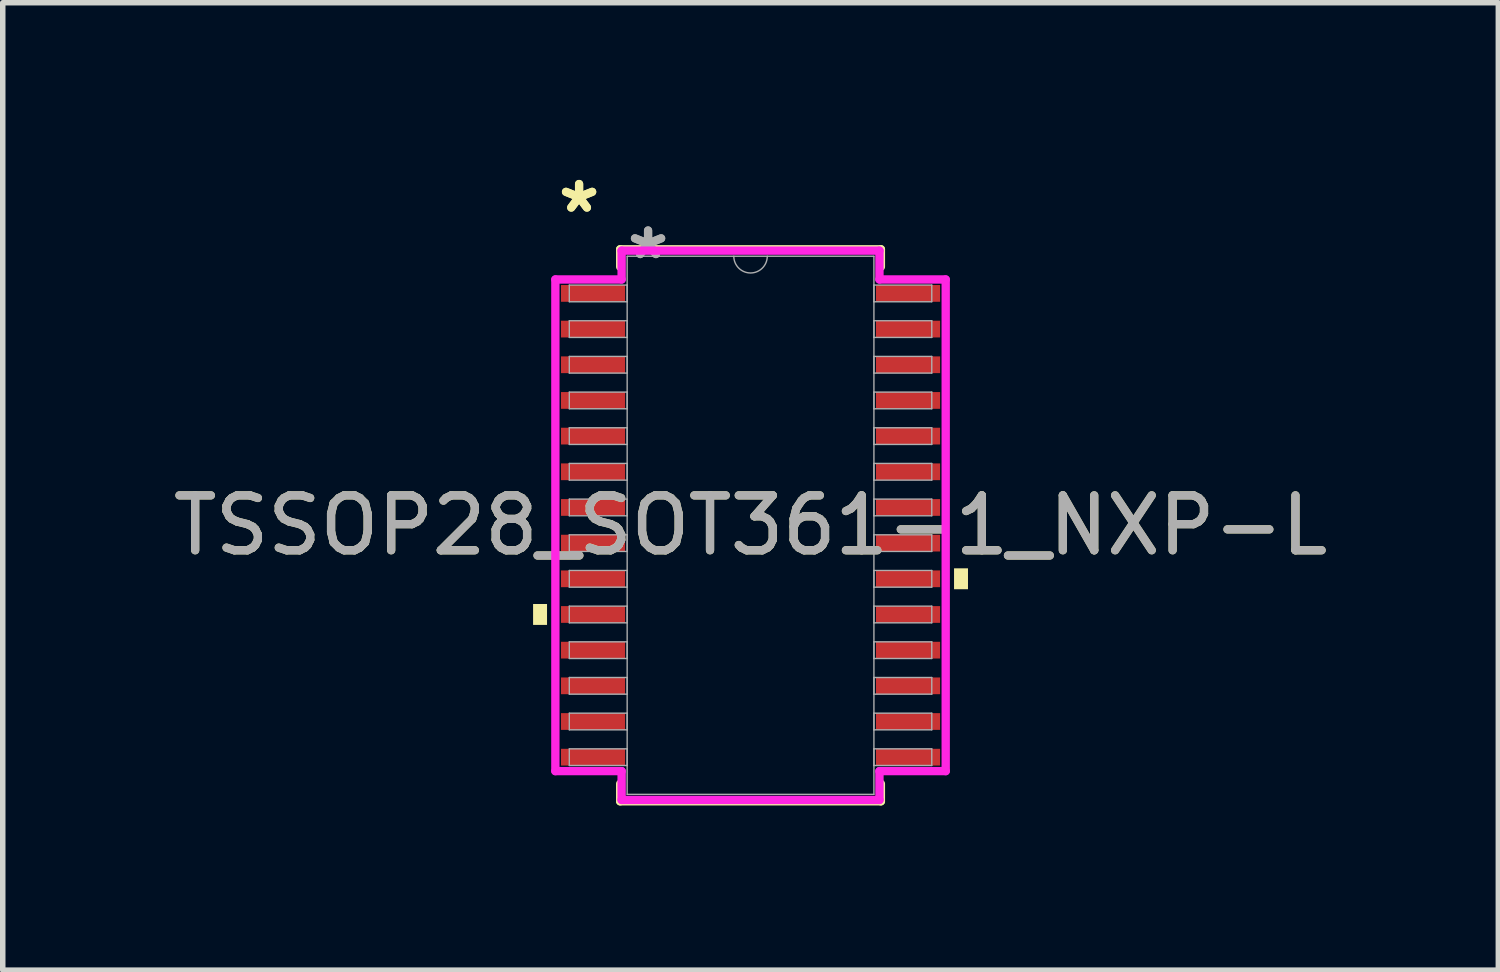
<source format=kicad_pcb>
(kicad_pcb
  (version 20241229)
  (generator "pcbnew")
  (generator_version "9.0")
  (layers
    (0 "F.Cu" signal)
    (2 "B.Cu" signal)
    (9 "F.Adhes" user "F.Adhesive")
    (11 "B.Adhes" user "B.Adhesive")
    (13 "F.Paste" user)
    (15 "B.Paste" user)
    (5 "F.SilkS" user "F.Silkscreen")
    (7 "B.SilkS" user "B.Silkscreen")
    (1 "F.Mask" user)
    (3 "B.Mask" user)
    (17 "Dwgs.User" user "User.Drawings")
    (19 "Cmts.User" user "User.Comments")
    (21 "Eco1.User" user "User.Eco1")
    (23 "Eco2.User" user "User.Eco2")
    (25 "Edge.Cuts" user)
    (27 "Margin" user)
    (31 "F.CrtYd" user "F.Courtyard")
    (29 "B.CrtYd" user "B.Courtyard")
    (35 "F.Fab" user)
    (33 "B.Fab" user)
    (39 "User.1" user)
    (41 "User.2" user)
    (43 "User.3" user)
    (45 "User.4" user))
  (footprint "TSSOP28_SOT361-1_NXP-L"
    (layer "F.Cu")
    (at 10.625 6.521)
    (property "Reference" "TSSOP28_SOT361-1_NXP-L" (at 0 0 0) (unlocked yes) (layer "F.SilkS") (effects (font (size 1 1) (thickness 0.15))))
    (attr smd)
    (fp_line (start -2.375 -5.029) (end -2.375 -4.71) (stroke (width 0.152) (type solid)) (layer "F.SilkS"))
    (fp_line (start -2.375 4.71) (end -2.375 5.029) (stroke (width 0.152) (type solid)) (layer "F.SilkS"))
    (fp_line (start -2.375 5.029) (end 2.375 5.029) (stroke (width 0.152) (type solid)) (layer "F.SilkS"))
    (fp_line (start 2.375 -5.029) (end -2.375 -5.029) (stroke (width 0.152) (type solid)) (layer "F.SilkS"))
    (fp_line (start 2.375 -4.71) (end 2.375 -5.029) (stroke (width 0.152) (type solid)) (layer "F.SilkS"))
    (fp_line (start 2.375 5.029) (end 2.375 4.71) (stroke (width 0.152) (type solid)) (layer "F.SilkS"))
    (fp_poly (pts (xy -3.962 1.434) (xy -3.962 1.815) (xy -3.708 1.815) (xy -3.708 1.434)) (stroke (width 0) (type solid)) (fill yes) (layer "F.SilkS"))
    (fp_poly (pts (xy 3.962 0.784) (xy 3.962 1.165) (xy 3.708 1.165) (xy 3.708 0.784)) (stroke (width 0) (type solid)) (fill yes) (layer "F.SilkS"))
    (fp_line (start -3.556 -4.479) (end -2.349 -4.479) (stroke (width 0.152) (type solid)) (layer "F.CrtYd"))
    (fp_line (start -3.556 4.479) (end -3.556 -4.479) (stroke (width 0.152) (type solid)) (layer "F.CrtYd"))
    (fp_line (start -3.556 4.479) (end -2.349 4.479) (stroke (width 0.152) (type solid)) (layer "F.CrtYd"))
    (fp_line (start -2.349 -5.004) (end 2.349 -5.004) (stroke (width 0.152) (type solid)) (layer "F.CrtYd"))
    (fp_line (start -2.349 -4.479) (end -2.349 -5.004) (stroke (width 0.152) (type solid)) (layer "F.CrtYd"))
    (fp_line (start -2.349 5.004) (end -2.349 4.479) (stroke (width 0.152) (type solid)) (layer "F.CrtYd"))
    (fp_line (start 2.349 -5.004) (end 2.349 -4.479) (stroke (width 0.152) (type solid)) (layer "F.CrtYd"))
    (fp_line (start 2.349 4.479) (end 2.349 5.004) (stroke (width 0.152) (type solid)) (layer "F.CrtYd"))
    (fp_line (start 2.349 5.004) (end -2.349 5.004) (stroke (width 0.152) (type solid)) (layer "F.CrtYd"))
    (fp_line (start 3.556 -4.479) (end 2.349 -4.479) (stroke (width 0.152) (type solid)) (layer "F.CrtYd"))
    (fp_line (start 3.556 -4.479) (end 3.556 4.479) (stroke (width 0.152) (type solid)) (layer "F.CrtYd"))
    (fp_line (start 3.556 4.479) (end 2.349 4.479) (stroke (width 0.152) (type solid)) (layer "F.CrtYd"))
    (fp_line (start -3.302 -4.377) (end -3.302 -4.073) (stroke (width 0.025) (type solid)) (layer "F.Fab"))
    (fp_line (start -3.302 -4.073) (end -2.248 -4.073) (stroke (width 0.025) (type solid)) (layer "F.Fab"))
    (fp_line (start -3.302 -3.727) (end -3.302 -3.423) (stroke (width 0.025) (type solid)) (layer "F.Fab"))
    (fp_line (start -3.302 -3.423) (end -2.248 -3.423) (stroke (width 0.025) (type solid)) (layer "F.Fab"))
    (fp_line (start -3.302 -3.077) (end -3.302 -2.773) (stroke (width 0.025) (type solid)) (layer "F.Fab"))
    (fp_line (start -3.302 -2.773) (end -2.248 -2.773) (stroke (width 0.025) (type solid)) (layer "F.Fab"))
    (fp_line (start -3.302 -2.427) (end -3.302 -2.123) (stroke (width 0.025) (type solid)) (layer "F.Fab"))
    (fp_line (start -3.302 -2.123) (end -2.248 -2.123) (stroke (width 0.025) (type solid)) (layer "F.Fab"))
    (fp_line (start -3.302 -1.777) (end -3.302 -1.473) (stroke (width 0.025) (type solid)) (layer "F.Fab"))
    (fp_line (start -3.302 -1.473) (end -2.248 -1.473) (stroke (width 0.025) (type solid)) (layer "F.Fab"))
    (fp_line (start -3.302 -1.127) (end -3.302 -0.823) (stroke (width 0.025) (type solid)) (layer "F.Fab"))
    (fp_line (start -3.302 -0.823) (end -2.248 -0.823) (stroke (width 0.025) (type solid)) (layer "F.Fab"))
    (fp_line (start -3.302 -0.477) (end -3.302 -0.173) (stroke (width 0.025) (type solid)) (layer "F.Fab"))
    (fp_line (start -3.302 -0.173) (end -2.248 -0.173) (stroke (width 0.025) (type solid)) (layer "F.Fab"))
    (fp_line (start -3.302 0.173) (end -3.302 0.477) (stroke (width 0.025) (type solid)) (layer "F.Fab"))
    (fp_line (start -3.302 0.477) (end -2.248 0.477) (stroke (width 0.025) (type solid)) (layer "F.Fab"))
    (fp_line (start -3.302 0.823) (end -3.302 1.127) (stroke (width 0.025) (type solid)) (layer "F.Fab"))
    (fp_line (start -3.302 1.127) (end -2.248 1.127) (stroke (width 0.025) (type solid)) (layer "F.Fab"))
    (fp_line (start -3.302 1.473) (end -3.302 1.777) (stroke (width 0.025) (type solid)) (layer "F.Fab"))
    (fp_line (start -3.302 1.777) (end -2.248 1.777) (stroke (width 0.025) (type solid)) (layer "F.Fab"))
    (fp_line (start -3.302 2.123) (end -3.302 2.427) (stroke (width 0.025) (type solid)) (layer "F.Fab"))
    (fp_line (start -3.302 2.427) (end -2.248 2.427) (stroke (width 0.025) (type solid)) (layer "F.Fab"))
    (fp_line (start -3.302 2.773) (end -3.302 3.077) (stroke (width 0.025) (type solid)) (layer "F.Fab"))
    (fp_line (start -3.302 3.077) (end -2.248 3.077) (stroke (width 0.025) (type solid)) (layer "F.Fab"))
    (fp_line (start -3.302 3.423) (end -3.302 3.727) (stroke (width 0.025) (type solid)) (layer "F.Fab"))
    (fp_line (start -3.302 3.727) (end -2.248 3.727) (stroke (width 0.025) (type solid)) (layer "F.Fab"))
    (fp_line (start -3.302 4.073) (end -3.302 4.377) (stroke (width 0.025) (type solid)) (layer "F.Fab"))
    (fp_line (start -3.302 4.377) (end -2.248 4.377) (stroke (width 0.025) (type solid)) (layer "F.Fab"))
    (fp_line (start -2.248 -4.902) (end -2.248 4.902) (stroke (width 0.025) (type solid)) (layer "F.Fab"))
    (fp_line (start -2.248 -4.377) (end -3.302 -4.377) (stroke (width 0.025) (type solid)) (layer "F.Fab"))
    (fp_line (start -2.248 -4.073) (end -2.248 -4.377) (stroke (width 0.025) (type solid)) (layer "F.Fab"))
    (fp_line (start -2.248 -3.727) (end -3.302 -3.727) (stroke (width 0.025) (type solid)) (layer "F.Fab"))
    (fp_line (start -2.248 -3.423) (end -2.248 -3.727) (stroke (width 0.025) (type solid)) (layer "F.Fab"))
    (fp_line (start -2.248 -3.077) (end -3.302 -3.077) (stroke (width 0.025) (type solid)) (layer "F.Fab"))
    (fp_line (start -2.248 -2.773) (end -2.248 -3.077) (stroke (width 0.025) (type solid)) (layer "F.Fab"))
    (fp_line (start -2.248 -2.427) (end -3.302 -2.427) (stroke (width 0.025) (type solid)) (layer "F.Fab"))
    (fp_line (start -2.248 -2.123) (end -2.248 -2.427) (stroke (width 0.025) (type solid)) (layer "F.Fab"))
    (fp_line (start -2.248 -1.777) (end -3.302 -1.777) (stroke (width 0.025) (type solid)) (layer "F.Fab"))
    (fp_line (start -2.248 -1.473) (end -2.248 -1.777) (stroke (width 0.025) (type solid)) (layer "F.Fab"))
    (fp_line (start -2.248 -1.127) (end -3.302 -1.127) (stroke (width 0.025) (type solid)) (layer "F.Fab"))
    (fp_line (start -2.248 -0.823) (end -2.248 -1.127) (stroke (width 0.025) (type solid)) (layer "F.Fab"))
    (fp_line (start -2.248 -0.477) (end -3.302 -0.477) (stroke (width 0.025) (type solid)) (layer "F.Fab"))
    (fp_line (start -2.248 -0.173) (end -2.248 -0.477) (stroke (width 0.025) (type solid)) (layer "F.Fab"))
    (fp_line (start -2.248 0.173) (end -3.302 0.173) (stroke (width 0.025) (type solid)) (layer "F.Fab"))
    (fp_line (start -2.248 0.477) (end -2.248 0.173) (stroke (width 0.025) (type solid)) (layer "F.Fab"))
    (fp_line (start -2.248 0.823) (end -3.302 0.823) (stroke (width 0.025) (type solid)) (layer "F.Fab"))
    (fp_line (start -2.248 1.127) (end -2.248 0.823) (stroke (width 0.025) (type solid)) (layer "F.Fab"))
    (fp_line (start -2.248 1.473) (end -3.302 1.473) (stroke (width 0.025) (type solid)) (layer "F.Fab"))
    (fp_line (start -2.248 1.777) (end -2.248 1.473) (stroke (width 0.025) (type solid)) (layer "F.Fab"))
    (fp_line (start -2.248 2.123) (end -3.302 2.123) (stroke (width 0.025) (type solid)) (layer "F.Fab"))
    (fp_line (start -2.248 2.427) (end -2.248 2.123) (stroke (width 0.025) (type solid)) (layer "F.Fab"))
    (fp_line (start -2.248 2.773) (end -3.302 2.773) (stroke (width 0.025) (type solid)) (layer "F.Fab"))
    (fp_line (start -2.248 3.077) (end -2.248 2.773) (stroke (width 0.025) (type solid)) (layer "F.Fab"))
    (fp_line (start -2.248 3.423) (end -3.302 3.423) (stroke (width 0.025) (type solid)) (layer "F.Fab"))
    (fp_line (start -2.248 3.727) (end -2.248 3.423) (stroke (width 0.025) (type solid)) (layer "F.Fab"))
    (fp_line (start -2.248 4.073) (end -3.302 4.073) (stroke (width 0.025) (type solid)) (layer "F.Fab"))
    (fp_line (start -2.248 4.377) (end -2.248 4.073) (stroke (width 0.025) (type solid)) (layer "F.Fab"))
    (fp_line (start -2.248 4.902) (end 2.248 4.902) (stroke (width 0.025) (type solid)) (layer "F.Fab"))
    (fp_line (start 2.248 -4.902) (end -2.248 -4.902) (stroke (width 0.025) (type solid)) (layer "F.Fab"))
    (fp_line (start 2.248 -4.377) (end 2.248 -4.073) (stroke (width 0.025) (type solid)) (layer "F.Fab"))
    (fp_line (start 2.248 -4.073) (end 3.302 -4.073) (stroke (width 0.025) (type solid)) (layer "F.Fab"))
    (fp_line (start 2.248 -3.727) (end 2.248 -3.423) (stroke (width 0.025) (type solid)) (layer "F.Fab"))
    (fp_line (start 2.248 -3.423) (end 3.302 -3.423) (stroke (width 0.025) (type solid)) (layer "F.Fab"))
    (fp_line (start 2.248 -3.077) (end 2.248 -2.773) (stroke (width 0.025) (type solid)) (layer "F.Fab"))
    (fp_line (start 2.248 -2.773) (end 3.302 -2.773) (stroke (width 0.025) (type solid)) (layer "F.Fab"))
    (fp_line (start 2.248 -2.427) (end 2.248 -2.123) (stroke (width 0.025) (type solid)) (layer "F.Fab"))
    (fp_line (start 2.248 -2.123) (end 3.302 -2.123) (stroke (width 0.025) (type solid)) (layer "F.Fab"))
    (fp_line (start 2.248 -1.777) (end 2.248 -1.473) (stroke (width 0.025) (type solid)) (layer "F.Fab"))
    (fp_line (start 2.248 -1.473) (end 3.302 -1.473) (stroke (width 0.025) (type solid)) (layer "F.Fab"))
    (fp_line (start 2.248 -1.127) (end 2.248 -0.823) (stroke (width 0.025) (type solid)) (layer "F.Fab"))
    (fp_line (start 2.248 -0.823) (end 3.302 -0.823) (stroke (width 0.025) (type solid)) (layer "F.Fab"))
    (fp_line (start 2.248 -0.477) (end 2.248 -0.173) (stroke (width 0.025) (type solid)) (layer "F.Fab"))
    (fp_line (start 2.248 -0.173) (end 3.302 -0.173) (stroke (width 0.025) (type solid)) (layer "F.Fab"))
    (fp_line (start 2.248 0.173) (end 2.248 0.477) (stroke (width 0.025) (type solid)) (layer "F.Fab"))
    (fp_line (start 2.248 0.477) (end 3.302 0.477) (stroke (width 0.025) (type solid)) (layer "F.Fab"))
    (fp_line (start 2.248 0.823) (end 2.248 1.127) (stroke (width 0.025) (type solid)) (layer "F.Fab"))
    (fp_line (start 2.248 1.127) (end 3.302 1.127) (stroke (width 0.025) (type solid)) (layer "F.Fab"))
    (fp_line (start 2.248 1.473) (end 2.248 1.777) (stroke (width 0.025) (type solid)) (layer "F.Fab"))
    (fp_line (start 2.248 1.777) (end 3.302 1.777) (stroke (width 0.025) (type solid)) (layer "F.Fab"))
    (fp_line (start 2.248 2.123) (end 2.248 2.427) (stroke (width 0.025) (type solid)) (layer "F.Fab"))
    (fp_line (start 2.248 2.427) (end 3.302 2.427) (stroke (width 0.025) (type solid)) (layer "F.Fab"))
    (fp_line (start 2.248 2.773) (end 2.248 3.077) (stroke (width 0.025) (type solid)) (layer "F.Fab"))
    (fp_line (start 2.248 3.077) (end 3.302 3.077) (stroke (width 0.025) (type solid)) (layer "F.Fab"))
    (fp_line (start 2.248 3.423) (end 2.248 3.727) (stroke (width 0.025) (type solid)) (layer "F.Fab"))
    (fp_line (start 2.248 3.727) (end 3.302 3.727) (stroke (width 0.025) (type solid)) (layer "F.Fab"))
    (fp_line (start 2.248 4.073) (end 2.248 4.377) (stroke (width 0.025) (type solid)) (layer "F.Fab"))
    (fp_line (start 2.248 4.377) (end 3.302 4.377) (stroke (width 0.025) (type solid)) (layer "F.Fab"))
    (fp_line (start 2.248 4.902) (end 2.248 -4.902) (stroke (width 0.025) (type solid)) (layer "F.Fab"))
    (fp_line (start 3.302 -4.377) (end 2.248 -4.377) (stroke (width 0.025) (type solid)) (layer "F.Fab"))
    (fp_line (start 3.302 -4.073) (end 3.302 -4.377) (stroke (width 0.025) (type solid)) (layer "F.Fab"))
    (fp_line (start 3.302 -3.727) (end 2.248 -3.727) (stroke (width 0.025) (type solid)) (layer "F.Fab"))
    (fp_line (start 3.302 -3.423) (end 3.302 -3.727) (stroke (width 0.025) (type solid)) (layer "F.Fab"))
    (fp_line (start 3.302 -3.077) (end 2.248 -3.077) (stroke (width 0.025) (type solid)) (layer "F.Fab"))
    (fp_line (start 3.302 -2.773) (end 3.302 -3.077) (stroke (width 0.025) (type solid)) (layer "F.Fab"))
    (fp_line (start 3.302 -2.427) (end 2.248 -2.427) (stroke (width 0.025) (type solid)) (layer "F.Fab"))
    (fp_line (start 3.302 -2.123) (end 3.302 -2.427) (stroke (width 0.025) (type solid)) (layer "F.Fab"))
    (fp_line (start 3.302 -1.777) (end 2.248 -1.777) (stroke (width 0.025) (type solid)) (layer "F.Fab"))
    (fp_line (start 3.302 -1.473) (end 3.302 -1.777) (stroke (width 0.025) (type solid)) (layer "F.Fab"))
    (fp_line (start 3.302 -1.127) (end 2.248 -1.127) (stroke (width 0.025) (type solid)) (layer "F.Fab"))
    (fp_line (start 3.302 -0.823) (end 3.302 -1.127) (stroke (width 0.025) (type solid)) (layer "F.Fab"))
    (fp_line (start 3.302 -0.477) (end 2.248 -0.477) (stroke (width 0.025) (type solid)) (layer "F.Fab"))
    (fp_line (start 3.302 -0.173) (end 3.302 -0.477) (stroke (width 0.025) (type solid)) (layer "F.Fab"))
    (fp_line (start 3.302 0.173) (end 2.248 0.173) (stroke (width 0.025) (type solid)) (layer "F.Fab"))
    (fp_line (start 3.302 0.477) (end 3.302 0.173) (stroke (width 0.025) (type solid)) (layer "F.Fab"))
    (fp_line (start 3.302 0.823) (end 2.248 0.823) (stroke (width 0.025) (type solid)) (layer "F.Fab"))
    (fp_line (start 3.302 1.127) (end 3.302 0.823) (stroke (width 0.025) (type solid)) (layer "F.Fab"))
    (fp_line (start 3.302 1.473) (end 2.248 1.473) (stroke (width 0.025) (type solid)) (layer "F.Fab"))
    (fp_line (start 3.302 1.777) (end 3.302 1.473) (stroke (width 0.025) (type solid)) (layer "F.Fab"))
    (fp_line (start 3.302 2.123) (end 2.248 2.123) (stroke (width 0.025) (type solid)) (layer "F.Fab"))
    (fp_line (start 3.302 2.427) (end 3.302 2.123) (stroke (width 0.025) (type solid)) (layer "F.Fab"))
    (fp_line (start 3.302 2.773) (end 2.248 2.773) (stroke (width 0.025) (type solid)) (layer "F.Fab"))
    (fp_line (start 3.302 3.077) (end 3.302 2.773) (stroke (width 0.025) (type solid)) (layer "F.Fab"))
    (fp_line (start 3.302 3.423) (end 2.248 3.423) (stroke (width 0.025) (type solid)) (layer "F.Fab"))
    (fp_line (start 3.302 3.727) (end 3.302 3.423) (stroke (width 0.025) (type solid)) (layer "F.Fab"))
    (fp_line (start 3.302 4.073) (end 2.248 4.073) (stroke (width 0.025) (type solid)) (layer "F.Fab"))
    (fp_line (start 3.302 4.377) (end 3.302 4.073) (stroke (width 0.025) (type solid)) (layer "F.Fab"))
    (fp_arc (start 0.3048 -4.9022) (mid 0 -4.5974) (end -0.3048 -4.9022) (stroke (width 0.0254) (type solid)) (layer "F.Fab"))
    (fp_text user "*" (at -3.124 -5.673 0) (unlocked yes) (layer "F.SilkS") (effects (font (size 1 1) (thickness 0.15))))
    (fp_text user "*" (at -3.124 -5.673 0) (layer "F.SilkS") (effects (font (size 1 1) (thickness 0.15))))
    (fp_text user "${REFERENCE}" (at 0 0 0) (unlocked yes) (layer "F.Fab") (effects (font (size 1 1) (thickness 0.15))))
    (fp_text user "*" (at -1.867 -4.826 0) (unlocked yes) (layer "F.Fab") (effects (font (size 1 1) (thickness 0.15))))
    (fp_text user "*" (at -1.867 -4.826 0) (layer "F.Fab") (effects (font (size 1 1) (thickness 0.15))))
    (pad "1" smd rect (at -2.87 -4.225) (size 1.168 0.305) (layers "F.Cu" "F.Mask" "F.Paste"))
    (pad "2" smd rect (at -2.87 -3.575) (size 1.168 0.305) (layers "F.Cu" "F.Mask" "F.Paste"))
    (pad "3" smd rect (at -2.87 -2.925) (size 1.168 0.305) (layers "F.Cu" "F.Mask" "F.Paste"))
    (pad "4" smd rect (at -2.87 -2.275) (size 1.168 0.305) (layers "F.Cu" "F.Mask" "F.Paste"))
    (pad "5" smd rect (at -2.87 -1.625) (size 1.168 0.305) (layers "F.Cu" "F.Mask" "F.Paste"))
    (pad "6" smd rect (at -2.87 -0.975) (size 1.168 0.305) (layers "F.Cu" "F.Mask" "F.Paste"))
    (pad "7" smd rect (at -2.87 -0.325) (size 1.168 0.305) (layers "F.Cu" "F.Mask" "F.Paste"))
    (pad "8" smd rect (at -2.87 0.325) (size 1.168 0.305) (layers "F.Cu" "F.Mask" "F.Paste"))
    (pad "9" smd rect (at -2.87 0.975) (size 1.168 0.305) (layers "F.Cu" "F.Mask" "F.Paste"))
    (pad "10" smd rect (at -2.87 1.625) (size 1.168 0.305) (layers "F.Cu" "F.Mask" "F.Paste"))
    (pad "11" smd rect (at -2.87 2.275) (size 1.168 0.305) (layers "F.Cu" "F.Mask" "F.Paste"))
    (pad "12" smd rect (at -2.87 2.925) (size 1.168 0.305) (layers "F.Cu" "F.Mask" "F.Paste"))
    (pad "13" smd rect (at -2.87 3.575) (size 1.168 0.305) (layers "F.Cu" "F.Mask" "F.Paste"))
    (pad "14" smd rect (at -2.87 4.225) (size 1.168 0.305) (layers "F.Cu" "F.Mask" "F.Paste"))
    (pad "15" smd rect (at 2.87 4.225) (size 1.168 0.305) (layers "F.Cu" "F.Mask" "F.Paste"))
    (pad "16" smd rect (at 2.87 3.575) (size 1.168 0.305) (layers "F.Cu" "F.Mask" "F.Paste"))
    (pad "17" smd rect (at 2.87 2.925) (size 1.168 0.305) (layers "F.Cu" "F.Mask" "F.Paste"))
    (pad "18" smd rect (at 2.87 2.275) (size 1.168 0.305) (layers "F.Cu" "F.Mask" "F.Paste"))
    (pad "19" smd rect (at 2.87 1.625) (size 1.168 0.305) (layers "F.Cu" "F.Mask" "F.Paste"))
    (pad "20" smd rect (at 2.87 0.975) (size 1.168 0.305) (layers "F.Cu" "F.Mask" "F.Paste"))
    (pad "21" smd rect (at 2.87 0.325) (size 1.168 0.305) (layers "F.Cu" "F.Mask" "F.Paste"))
    (pad "22" smd rect (at 2.87 -0.325) (size 1.168 0.305) (layers "F.Cu" "F.Mask" "F.Paste"))
    (pad "23" smd rect (at 2.87 -0.975) (size 1.168 0.305) (layers "F.Cu" "F.Mask" "F.Paste"))
    (pad "24" smd rect (at 2.87 -1.625) (size 1.168 0.305) (layers "F.Cu" "F.Mask" "F.Paste"))
    (pad "25" smd rect (at 2.87 -2.275) (size 1.168 0.305) (layers "F.Cu" "F.Mask" "F.Paste"))
    (pad "26" smd rect (at 2.87 -2.925) (size 1.168 0.305) (layers "F.Cu" "F.Mask" "F.Paste"))
    (pad "27" smd rect (at 2.87 -3.575) (size 1.168 0.305) (layers "F.Cu" "F.Mask" "F.Paste"))
    (pad "28" smd rect (at 2.87 -4.225) (size 1.168 0.305) (layers "F.Cu" "F.Mask" "F.Paste")))
  (gr_rect
    (start -3 -3)
    (end 24.25 14.626)
    (stroke (width 0.1) (type default))
    (fill no)
    (layer "Edge.Cuts")))
</source>
